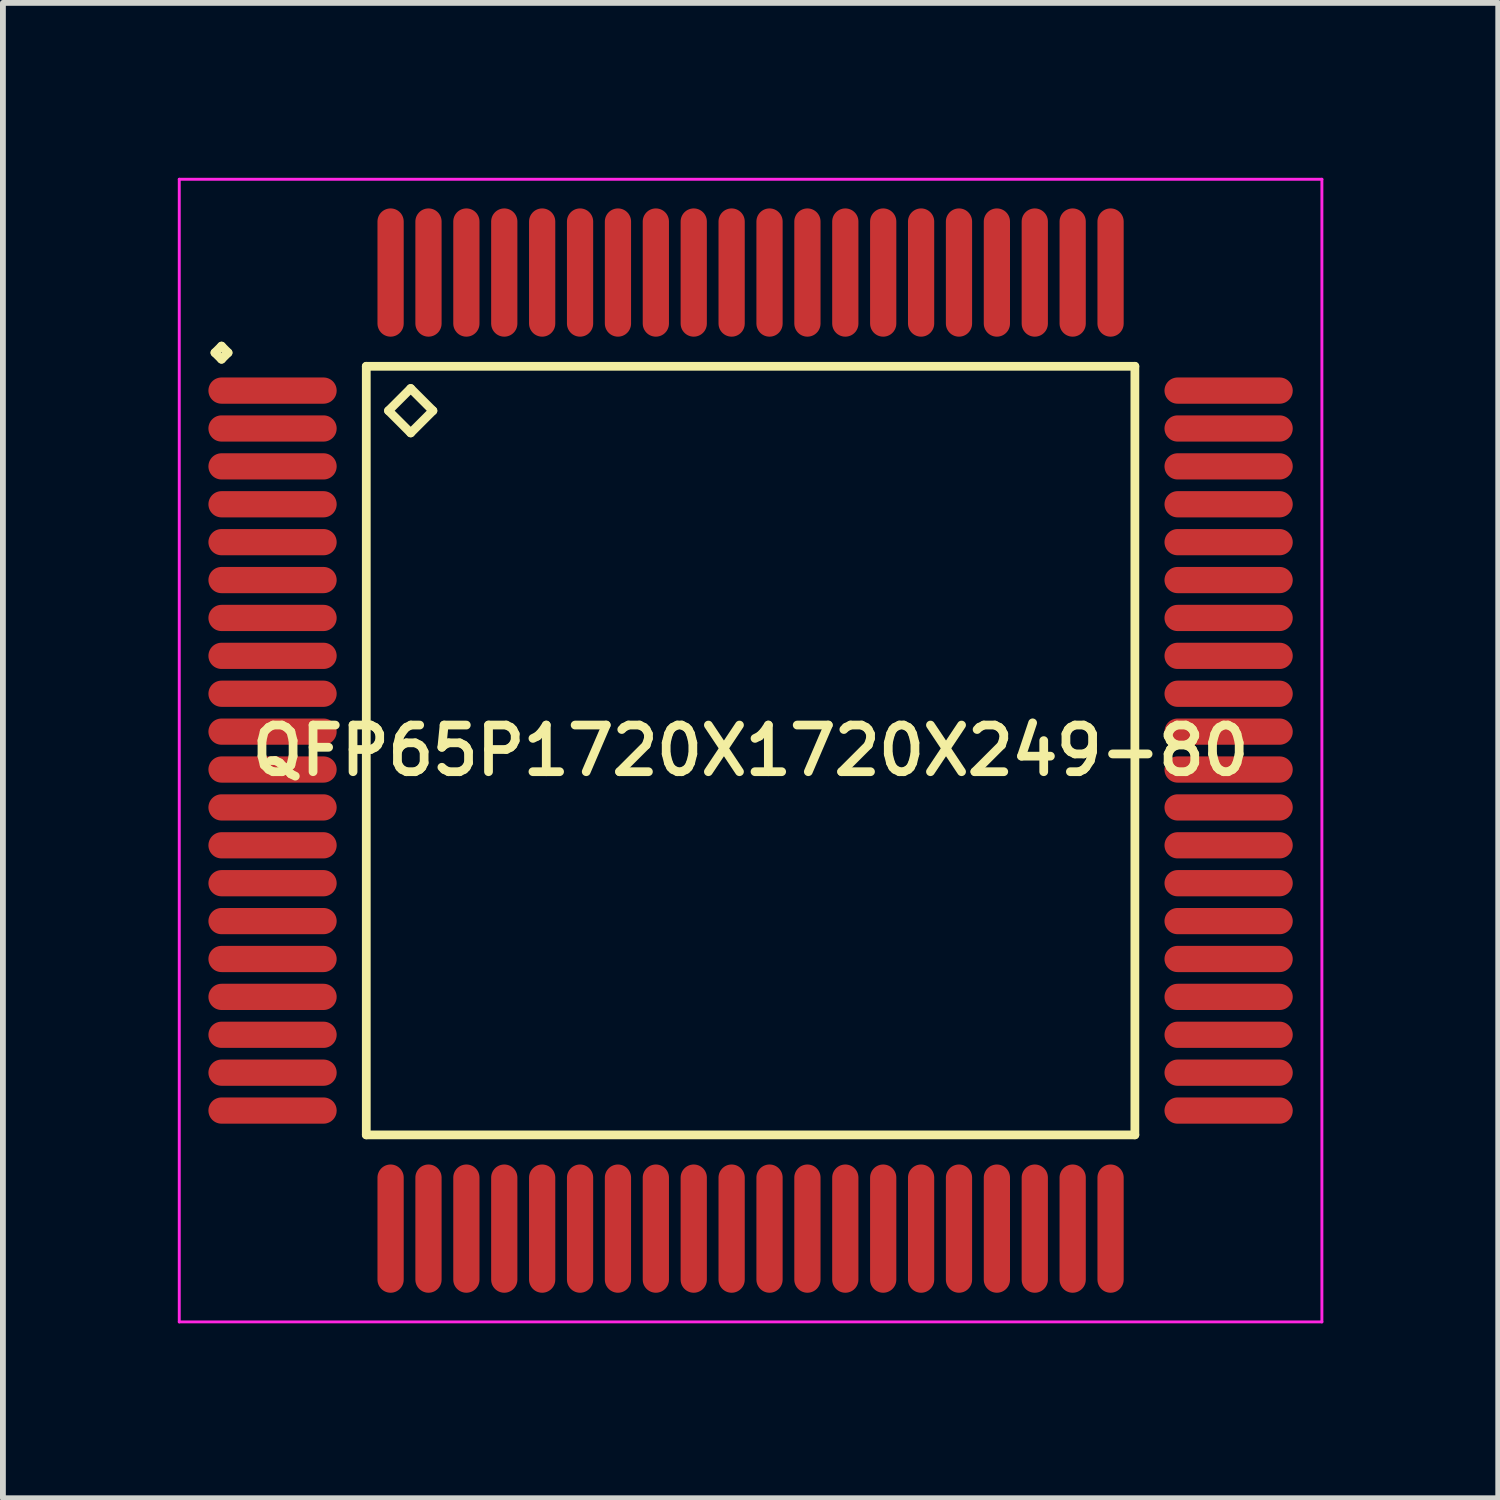
<source format=kicad_pcb>
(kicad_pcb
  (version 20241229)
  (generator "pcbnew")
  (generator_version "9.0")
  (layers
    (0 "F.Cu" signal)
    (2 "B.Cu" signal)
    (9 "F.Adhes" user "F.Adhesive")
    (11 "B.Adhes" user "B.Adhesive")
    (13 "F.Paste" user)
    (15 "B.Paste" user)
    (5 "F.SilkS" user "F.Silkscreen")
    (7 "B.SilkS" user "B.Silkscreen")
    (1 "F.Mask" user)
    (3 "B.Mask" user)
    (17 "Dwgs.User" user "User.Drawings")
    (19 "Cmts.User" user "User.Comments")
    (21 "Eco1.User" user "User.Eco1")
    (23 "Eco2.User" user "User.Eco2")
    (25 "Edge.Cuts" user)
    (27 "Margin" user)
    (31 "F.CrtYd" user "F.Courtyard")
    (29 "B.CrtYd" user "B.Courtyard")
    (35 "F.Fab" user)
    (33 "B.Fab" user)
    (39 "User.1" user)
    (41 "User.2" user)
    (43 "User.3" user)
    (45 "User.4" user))
  (footprint "QFP65P1720X1720X249-80"
    (layer "F.Cu")
    (at 9.825 9.825)
    (property "Reference" "QFP65P1720X1720X249-80" (at 0 0 0) (layer "F.SilkS") (effects (font (size 0.8 0.8) (thickness 0.15))))
    (attr smd)
    (fp_line (start -9.188 -6.825) (end -9.075 -6.938) (stroke (width 0.15) (type solid)) (layer "F.SilkS"))
    (fp_line (start -9.075 -6.938) (end -8.963 -6.825) (stroke (width 0.15) (type solid)) (layer "F.SilkS"))
    (fp_line (start -9.075 -6.713) (end -9.188 -6.825) (stroke (width 0.15) (type solid)) (layer "F.SilkS"))
    (fp_line (start -8.963 -6.825) (end -9.075 -6.713) (stroke (width 0.15) (type solid)) (layer "F.SilkS"))
    (fp_line (start -6.592 -6.592) (end -6.592 6.592) (stroke (width 0.15) (type solid)) (layer "F.SilkS"))
    (fp_line (start -6.592 6.592) (end 6.592 6.592) (stroke (width 0.15) (type solid)) (layer "F.SilkS"))
    (fp_line (start -6.211 -5.83) (end -5.83 -6.211) (stroke (width 0.15) (type solid)) (layer "F.SilkS"))
    (fp_line (start -5.83 -6.211) (end -5.449 -5.83) (stroke (width 0.15) (type solid)) (layer "F.SilkS"))
    (fp_line (start -5.83 -5.449) (end -6.211 -5.83) (stroke (width 0.15) (type solid)) (layer "F.SilkS"))
    (fp_line (start -5.449 -5.83) (end -5.83 -5.449) (stroke (width 0.15) (type solid)) (layer "F.SilkS"))
    (fp_line (start 6.592 -6.592) (end -6.592 -6.592) (stroke (width 0.15) (type solid)) (layer "F.SilkS"))
    (fp_line (start 6.592 6.592) (end 6.592 -6.592) (stroke (width 0.15) (type solid)) (layer "F.SilkS"))
    (fp_line (start -9.8 -9.8) (end 9.8 -9.8) (stroke (width 0.05) (type solid)) (layer "F.CrtYd"))
    (fp_line (start -9.8 9.8) (end -9.8 -9.8) (stroke (width 0.05) (type solid)) (layer "F.CrtYd"))
    (fp_line (start 9.8 -9.8) (end 9.8 9.8) (stroke (width 0.05) (type solid)) (layer "F.CrtYd"))
    (fp_line (start 9.8 9.8) (end -9.8 9.8) (stroke (width 0.05) (type solid)) (layer "F.CrtYd"))
    (pad "1" smd oval (at -8.2 -6.175) (size 2.2 0.45) (layers "F.Cu" "F.Mask" "F.Paste"))
    (pad "2" smd oval (at -8.2 -5.525) (size 2.2 0.45) (layers "F.Cu" "F.Mask" "F.Paste"))
    (pad "3" smd oval (at -8.2 -4.875) (size 2.2 0.45) (layers "F.Cu" "F.Mask" "F.Paste"))
    (pad "4" smd oval (at -8.2 -4.225) (size 2.2 0.45) (layers "F.Cu" "F.Mask" "F.Paste"))
    (pad "5" smd oval (at -8.2 -3.575) (size 2.2 0.45) (layers "F.Cu" "F.Mask" "F.Paste"))
    (pad "6" smd oval (at -8.2 -2.925) (size 2.2 0.45) (layers "F.Cu" "F.Mask" "F.Paste"))
    (pad "7" smd oval (at -8.2 -2.275) (size 2.2 0.45) (layers "F.Cu" "F.Mask" "F.Paste"))
    (pad "8" smd oval (at -8.2 -1.625) (size 2.2 0.45) (layers "F.Cu" "F.Mask" "F.Paste"))
    (pad "9" smd oval (at -8.2 -0.975) (size 2.2 0.45) (layers "F.Cu" "F.Mask" "F.Paste"))
    (pad "10" smd oval (at -8.2 -0.325) (size 2.2 0.45) (layers "F.Cu" "F.Mask" "F.Paste"))
    (pad "11" smd oval (at -8.2 0.325) (size 2.2 0.45) (layers "F.Cu" "F.Mask" "F.Paste"))
    (pad "12" smd oval (at -8.2 0.975) (size 2.2 0.45) (layers "F.Cu" "F.Mask" "F.Paste"))
    (pad "13" smd oval (at -8.2 1.625) (size 2.2 0.45) (layers "F.Cu" "F.Mask" "F.Paste"))
    (pad "14" smd oval (at -8.2 2.275) (size 2.2 0.45) (layers "F.Cu" "F.Mask" "F.Paste"))
    (pad "15" smd oval (at -8.2 2.925) (size 2.2 0.45) (layers "F.Cu" "F.Mask" "F.Paste"))
    (pad "16" smd oval (at -8.2 3.575) (size 2.2 0.45) (layers "F.Cu" "F.Mask" "F.Paste"))
    (pad "17" smd oval (at -8.2 4.225) (size 2.2 0.45) (layers "F.Cu" "F.Mask" "F.Paste"))
    (pad "18" smd oval (at -8.2 4.875) (size 2.2 0.45) (layers "F.Cu" "F.Mask" "F.Paste"))
    (pad "19" smd oval (at -8.2 5.525) (size 2.2 0.45) (layers "F.Cu" "F.Mask" "F.Paste"))
    (pad "20" smd oval (at -8.2 6.175) (size 2.2 0.45) (layers "F.Cu" "F.Mask" "F.Paste"))
    (pad "21" smd oval (at -6.175 8.2) (size 0.45 2.2) (layers "F.Cu" "F.Mask" "F.Paste"))
    (pad "22" smd oval (at -5.525 8.2) (size 0.45 2.2) (layers "F.Cu" "F.Mask" "F.Paste"))
    (pad "23" smd oval (at -4.875 8.2) (size 0.45 2.2) (layers "F.Cu" "F.Mask" "F.Paste"))
    (pad "24" smd oval (at -4.225 8.2) (size 0.45 2.2) (layers "F.Cu" "F.Mask" "F.Paste"))
    (pad "25" smd oval (at -3.575 8.2) (size 0.45 2.2) (layers "F.Cu" "F.Mask" "F.Paste"))
    (pad "26" smd oval (at -2.925 8.2) (size 0.45 2.2) (layers "F.Cu" "F.Mask" "F.Paste"))
    (pad "27" smd oval (at -2.275 8.2) (size 0.45 2.2) (layers "F.Cu" "F.Mask" "F.Paste"))
    (pad "28" smd oval (at -1.625 8.2) (size 0.45 2.2) (layers "F.Cu" "F.Mask" "F.Paste"))
    (pad "29" smd oval (at -0.975 8.2) (size 0.45 2.2) (layers "F.Cu" "F.Mask" "F.Paste"))
    (pad "30" smd oval (at -0.325 8.2) (size 0.45 2.2) (layers "F.Cu" "F.Mask" "F.Paste"))
    (pad "31" smd oval (at 0.325 8.2) (size 0.45 2.2) (layers "F.Cu" "F.Mask" "F.Paste"))
    (pad "32" smd oval (at 0.975 8.2) (size 0.45 2.2) (layers "F.Cu" "F.Mask" "F.Paste"))
    (pad "33" smd oval (at 1.625 8.2) (size 0.45 2.2) (layers "F.Cu" "F.Mask" "F.Paste"))
    (pad "34" smd oval (at 2.275 8.2) (size 0.45 2.2) (layers "F.Cu" "F.Mask" "F.Paste"))
    (pad "35" smd oval (at 2.925 8.2) (size 0.45 2.2) (layers "F.Cu" "F.Mask" "F.Paste"))
    (pad "36" smd oval (at 3.575 8.2) (size 0.45 2.2) (layers "F.Cu" "F.Mask" "F.Paste"))
    (pad "37" smd oval (at 4.225 8.2) (size 0.45 2.2) (layers "F.Cu" "F.Mask" "F.Paste"))
    (pad "38" smd oval (at 4.875 8.2) (size 0.45 2.2) (layers "F.Cu" "F.Mask" "F.Paste"))
    (pad "39" smd oval (at 5.525 8.2) (size 0.45 2.2) (layers "F.Cu" "F.Mask" "F.Paste"))
    (pad "40" smd oval (at 6.175 8.2) (size 0.45 2.2) (layers "F.Cu" "F.Mask" "F.Paste"))
    (pad "41" smd oval (at 8.2 6.175) (size 2.2 0.45) (layers "F.Cu" "F.Mask" "F.Paste"))
    (pad "42" smd oval (at 8.2 5.525) (size 2.2 0.45) (layers "F.Cu" "F.Mask" "F.Paste"))
    (pad "43" smd oval (at 8.2 4.875) (size 2.2 0.45) (layers "F.Cu" "F.Mask" "F.Paste"))
    (pad "44" smd oval (at 8.2 4.225) (size 2.2 0.45) (layers "F.Cu" "F.Mask" "F.Paste"))
    (pad "45" smd oval (at 8.2 3.575) (size 2.2 0.45) (layers "F.Cu" "F.Mask" "F.Paste"))
    (pad "46" smd oval (at 8.2 2.925) (size 2.2 0.45) (layers "F.Cu" "F.Mask" "F.Paste"))
    (pad "47" smd oval (at 8.2 2.275) (size 2.2 0.45) (layers "F.Cu" "F.Mask" "F.Paste"))
    (pad "48" smd oval (at 8.2 1.625) (size 2.2 0.45) (layers "F.Cu" "F.Mask" "F.Paste"))
    (pad "49" smd oval (at 8.2 0.975) (size 2.2 0.45) (layers "F.Cu" "F.Mask" "F.Paste"))
    (pad "50" smd oval (at 8.2 0.325) (size 2.2 0.45) (layers "F.Cu" "F.Mask" "F.Paste"))
    (pad "51" smd oval (at 8.2 -0.325) (size 2.2 0.45) (layers "F.Cu" "F.Mask" "F.Paste"))
    (pad "52" smd oval (at 8.2 -0.975) (size 2.2 0.45) (layers "F.Cu" "F.Mask" "F.Paste"))
    (pad "53" smd oval (at 8.2 -1.625) (size 2.2 0.45) (layers "F.Cu" "F.Mask" "F.Paste"))
    (pad "54" smd oval (at 8.2 -2.275) (size 2.2 0.45) (layers "F.Cu" "F.Mask" "F.Paste"))
    (pad "55" smd oval (at 8.2 -2.925) (size 2.2 0.45) (layers "F.Cu" "F.Mask" "F.Paste"))
    (pad "56" smd oval (at 8.2 -3.575) (size 2.2 0.45) (layers "F.Cu" "F.Mask" "F.Paste"))
    (pad "57" smd oval (at 8.2 -4.225) (size 2.2 0.45) (layers "F.Cu" "F.Mask" "F.Paste"))
    (pad "58" smd oval (at 8.2 -4.875) (size 2.2 0.45) (layers "F.Cu" "F.Mask" "F.Paste"))
    (pad "59" smd oval (at 8.2 -5.525) (size 2.2 0.45) (layers "F.Cu" "F.Mask" "F.Paste"))
    (pad "60" smd oval (at 8.2 -6.175) (size 2.2 0.45) (layers "F.Cu" "F.Mask" "F.Paste"))
    (pad "61" smd oval (at 6.175 -8.2) (size 0.45 2.2) (layers "F.Cu" "F.Mask" "F.Paste"))
    (pad "62" smd oval (at 5.525 -8.2) (size 0.45 2.2) (layers "F.Cu" "F.Mask" "F.Paste"))
    (pad "63" smd oval (at 4.875 -8.2) (size 0.45 2.2) (layers "F.Cu" "F.Mask" "F.Paste"))
    (pad "64" smd oval (at 4.225 -8.2) (size 0.45 2.2) (layers "F.Cu" "F.Mask" "F.Paste"))
    (pad "65" smd oval (at 3.575 -8.2) (size 0.45 2.2) (layers "F.Cu" "F.Mask" "F.Paste"))
    (pad "66" smd oval (at 2.925 -8.2) (size 0.45 2.2) (layers "F.Cu" "F.Mask" "F.Paste"))
    (pad "67" smd oval (at 2.275 -8.2) (size 0.45 2.2) (layers "F.Cu" "F.Mask" "F.Paste"))
    (pad "68" smd oval (at 1.625 -8.2) (size 0.45 2.2) (layers "F.Cu" "F.Mask" "F.Paste"))
    (pad "69" smd oval (at 0.975 -8.2) (size 0.45 2.2) (layers "F.Cu" "F.Mask" "F.Paste"))
    (pad "70" smd oval (at 0.325 -8.2) (size 0.45 2.2) (layers "F.Cu" "F.Mask" "F.Paste"))
    (pad "71" smd oval (at -0.325 -8.2) (size 0.45 2.2) (layers "F.Cu" "F.Mask" "F.Paste"))
    (pad "72" smd oval (at -0.975 -8.2) (size 0.45 2.2) (layers "F.Cu" "F.Mask" "F.Paste"))
    (pad "73" smd oval (at -1.625 -8.2) (size 0.45 2.2) (layers "F.Cu" "F.Mask" "F.Paste"))
    (pad "74" smd oval (at -2.275 -8.2) (size 0.45 2.2) (layers "F.Cu" "F.Mask" "F.Paste"))
    (pad "75" smd oval (at -2.925 -8.2) (size 0.45 2.2) (layers "F.Cu" "F.Mask" "F.Paste"))
    (pad "76" smd oval (at -3.575 -8.2) (size 0.45 2.2) (layers "F.Cu" "F.Mask" "F.Paste"))
    (pad "77" smd oval (at -4.225 -8.2) (size 0.45 2.2) (layers "F.Cu" "F.Mask" "F.Paste"))
    (pad "78" smd oval (at -4.875 -8.2) (size 0.45 2.2) (layers "F.Cu" "F.Mask" "F.Paste"))
    (pad "79" smd oval (at -5.525 -8.2) (size 0.45 2.2) (layers "F.Cu" "F.Mask" "F.Paste"))
    (pad "80" smd oval (at -6.175 -8.2) (size 0.45 2.2) (layers "F.Cu" "F.Mask" "F.Paste")))
  (gr_rect
    (start -3 -3)
    (end 22.65 22.65)
    (stroke (width 0.1) (type default))
    (fill no)
    (layer "Edge.Cuts")))
</source>
